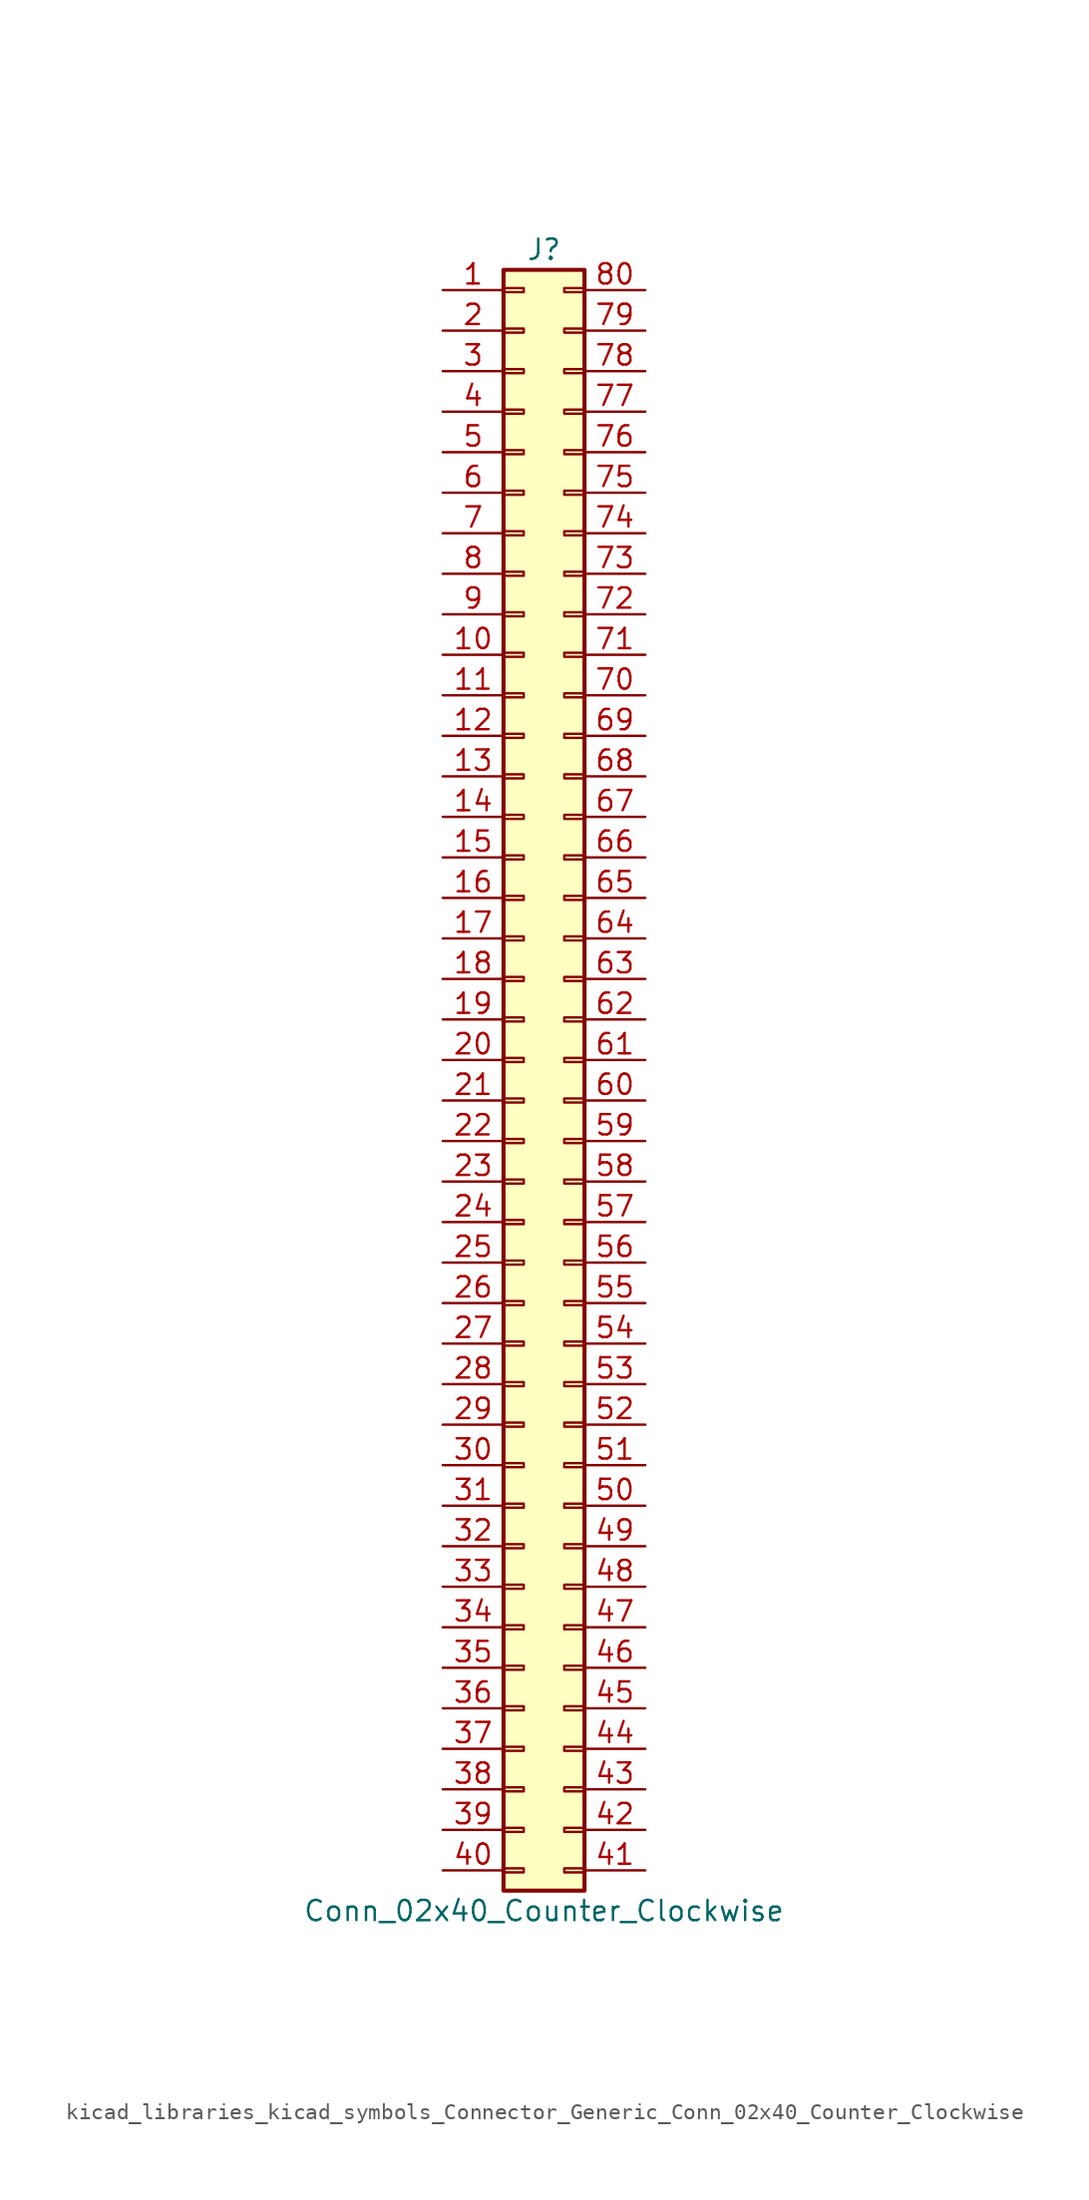
<source format=kicad_sym>
(kicad_symbol_lib
  (version 20220914)
  (generator kicad_symbol_editor)
  (symbol "kicad_libraries_kicad_symbols_Connector_Generic_Conn_02x40_Counter_Clockwise"
    (pin_names
      (offset 1.016) hide)
    (property "Reference" "J"
      (at 1.27 50.8 0)
      (effects (font (size 1.27 1.27))))
    (property "Value" "Conn_02x40_Counter_Clockwise"
      (at 1.27 -53.34 0)
      (effects (font (size 1.27 1.27))))
    (symbol "kicad_libraries_kicad_symbols_Connector_Generic_Conn_02x40_Counter_Clockwise_1_1"
      (rectangle (start -1.27 -50.673) (end 0 -50.927) (stroke (width 0.152) (type default)) (fill (type none)))
      (rectangle (start -1.27 -48.133) (end 0 -48.387) (stroke (width 0.152) (type default)) (fill (type none)))
      (rectangle (start -1.27 -45.593) (end 0 -45.847) (stroke (width 0.152) (type default)) (fill (type none)))
      (rectangle (start -1.27 -43.053) (end 0 -43.307) (stroke (width 0.152) (type default)) (fill (type none)))
      (rectangle (start -1.27 -40.513) (end 0 -40.767) (stroke (width 0.152) (type default)) (fill (type none)))
      (rectangle (start -1.27 -37.973) (end 0 -38.227) (stroke (width 0.152) (type default)) (fill (type none)))
      (rectangle (start -1.27 -35.433) (end 0 -35.687) (stroke (width 0.152) (type default)) (fill (type none)))
      (rectangle (start -1.27 -32.893) (end 0 -33.147) (stroke (width 0.152) (type default)) (fill (type none)))
      (rectangle (start -1.27 -30.353) (end 0 -30.607) (stroke (width 0.152) (type default)) (fill (type none)))
      (rectangle (start -1.27 -27.813) (end 0 -28.067) (stroke (width 0.152) (type default)) (fill (type none)))
      (rectangle (start -1.27 -25.273) (end 0 -25.527) (stroke (width 0.152) (type default)) (fill (type none)))
      (rectangle (start -1.27 -22.733) (end 0 -22.987) (stroke (width 0.152) (type default)) (fill (type none)))
      (rectangle (start -1.27 -20.193) (end 0 -20.447) (stroke (width 0.152) (type default)) (fill (type none)))
      (rectangle (start -1.27 -17.653) (end 0 -17.907) (stroke (width 0.152) (type default)) (fill (type none)))
      (rectangle (start -1.27 -15.113) (end 0 -15.367) (stroke (width 0.152) (type default)) (fill (type none)))
      (rectangle (start -1.27 -12.573) (end 0 -12.827) (stroke (width 0.152) (type default)) (fill (type none)))
      (rectangle (start -1.27 -10.033) (end 0 -10.287) (stroke (width 0.152) (type default)) (fill (type none)))
      (rectangle (start -1.27 -7.493) (end 0 -7.747) (stroke (width 0.152) (type default)) (fill (type none)))
      (rectangle (start -1.27 -4.953) (end 0 -5.207) (stroke (width 0.152) (type default)) (fill (type none)))
      (rectangle (start -1.27 -2.413) (end 0 -2.667) (stroke (width 0.152) (type default)) (fill (type none)))
      (rectangle (start -1.27 0.127) (end 0 -0.127) (stroke (width 0.152) (type default)) (fill (type none)))
      (rectangle (start -1.27 2.667) (end 0 2.413) (stroke (width 0.152) (type default)) (fill (type none)))
      (rectangle (start -1.27 5.207) (end 0 4.953) (stroke (width 0.152) (type default)) (fill (type none)))
      (rectangle (start -1.27 7.747) (end 0 7.493) (stroke (width 0.152) (type default)) (fill (type none)))
      (rectangle (start -1.27 10.287) (end 0 10.033) (stroke (width 0.152) (type default)) (fill (type none)))
      (rectangle (start -1.27 12.827) (end 0 12.573) (stroke (width 0.152) (type default)) (fill (type none)))
      (rectangle (start -1.27 15.367) (end 0 15.113) (stroke (width 0.152) (type default)) (fill (type none)))
      (rectangle (start -1.27 17.907) (end 0 17.653) (stroke (width 0.152) (type default)) (fill (type none)))
      (rectangle (start -1.27 20.447) (end 0 20.193) (stroke (width 0.152) (type default)) (fill (type none)))
      (rectangle (start -1.27 22.987) (end 0 22.733) (stroke (width 0.152) (type default)) (fill (type none)))
      (rectangle (start -1.27 25.527) (end 0 25.273) (stroke (width 0.152) (type default)) (fill (type none)))
      (rectangle (start -1.27 28.067) (end 0 27.813) (stroke (width 0.152) (type default)) (fill (type none)))
      (rectangle (start -1.27 30.607) (end 0 30.353) (stroke (width 0.152) (type default)) (fill (type none)))
      (rectangle (start -1.27 33.147) (end 0 32.893) (stroke (width 0.152) (type default)) (fill (type none)))
      (rectangle (start -1.27 35.687) (end 0 35.433) (stroke (width 0.152) (type default)) (fill (type none)))
      (rectangle (start -1.27 38.227) (end 0 37.973) (stroke (width 0.152) (type default)) (fill (type none)))
      (rectangle (start -1.27 40.767) (end 0 40.513) (stroke (width 0.152) (type default)) (fill (type none)))
      (rectangle (start -1.27 43.307) (end 0 43.053) (stroke (width 0.152) (type default)) (fill (type none)))
      (rectangle (start -1.27 45.847) (end 0 45.593) (stroke (width 0.152) (type default)) (fill (type none)))
      (rectangle (start -1.27 48.387) (end 0 48.133) (stroke (width 0.152) (type default)) (fill (type none)))
      (rectangle (start -1.27 49.53) (end 3.81 -52.07) (stroke (width 0.254) (type default)) (fill (type background)))
      (rectangle (start 3.81 -50.673) (end 2.54 -50.927) (stroke (width 0.152) (type default)) (fill (type none)))
      (rectangle (start 3.81 -48.133) (end 2.54 -48.387) (stroke (width 0.152) (type default)) (fill (type none)))
      (rectangle (start 3.81 -45.593) (end 2.54 -45.847) (stroke (width 0.152) (type default)) (fill (type none)))
      (rectangle (start 3.81 -43.053) (end 2.54 -43.307) (stroke (width 0.152) (type default)) (fill (type none)))
      (rectangle (start 3.81 -40.513) (end 2.54 -40.767) (stroke (width 0.152) (type default)) (fill (type none)))
      (rectangle (start 3.81 -37.973) (end 2.54 -38.227) (stroke (width 0.152) (type default)) (fill (type none)))
      (rectangle (start 3.81 -35.433) (end 2.54 -35.687) (stroke (width 0.152) (type default)) (fill (type none)))
      (rectangle (start 3.81 -32.893) (end 2.54 -33.147) (stroke (width 0.152) (type default)) (fill (type none)))
      (rectangle (start 3.81 -30.353) (end 2.54 -30.607) (stroke (width 0.152) (type default)) (fill (type none)))
      (rectangle (start 3.81 -27.813) (end 2.54 -28.067) (stroke (width 0.152) (type default)) (fill (type none)))
      (rectangle (start 3.81 -25.273) (end 2.54 -25.527) (stroke (width 0.152) (type default)) (fill (type none)))
      (rectangle (start 3.81 -22.733) (end 2.54 -22.987) (stroke (width 0.152) (type default)) (fill (type none)))
      (rectangle (start 3.81 -20.193) (end 2.54 -20.447) (stroke (width 0.152) (type default)) (fill (type none)))
      (rectangle (start 3.81 -17.653) (end 2.54 -17.907) (stroke (width 0.152) (type default)) (fill (type none)))
      (rectangle (start 3.81 -15.113) (end 2.54 -15.367) (stroke (width 0.152) (type default)) (fill (type none)))
      (rectangle (start 3.81 -12.573) (end 2.54 -12.827) (stroke (width 0.152) (type default)) (fill (type none)))
      (rectangle (start 3.81 -10.033) (end 2.54 -10.287) (stroke (width 0.152) (type default)) (fill (type none)))
      (rectangle (start 3.81 -7.493) (end 2.54 -7.747) (stroke (width 0.152) (type default)) (fill (type none)))
      (rectangle (start 3.81 -4.953) (end 2.54 -5.207) (stroke (width 0.152) (type default)) (fill (type none)))
      (rectangle (start 3.81 -2.413) (end 2.54 -2.667) (stroke (width 0.152) (type default)) (fill (type none)))
      (rectangle (start 3.81 0.127) (end 2.54 -0.127) (stroke (width 0.152) (type default)) (fill (type none)))
      (rectangle (start 3.81 2.667) (end 2.54 2.413) (stroke (width 0.152) (type default)) (fill (type none)))
      (rectangle (start 3.81 5.207) (end 2.54 4.953) (stroke (width 0.152) (type default)) (fill (type none)))
      (rectangle (start 3.81 7.747) (end 2.54 7.493) (stroke (width 0.152) (type default)) (fill (type none)))
      (rectangle (start 3.81 10.287) (end 2.54 10.033) (stroke (width 0.152) (type default)) (fill (type none)))
      (rectangle (start 3.81 12.827) (end 2.54 12.573) (stroke (width 0.152) (type default)) (fill (type none)))
      (rectangle (start 3.81 15.367) (end 2.54 15.113) (stroke (width 0.152) (type default)) (fill (type none)))
      (rectangle (start 3.81 17.907) (end 2.54 17.653) (stroke (width 0.152) (type default)) (fill (type none)))
      (rectangle (start 3.81 20.447) (end 2.54 20.193) (stroke (width 0.152) (type default)) (fill (type none)))
      (rectangle (start 3.81 22.987) (end 2.54 22.733) (stroke (width 0.152) (type default)) (fill (type none)))
      (rectangle (start 3.81 25.527) (end 2.54 25.273) (stroke (width 0.152) (type default)) (fill (type none)))
      (rectangle (start 3.81 28.067) (end 2.54 27.813) (stroke (width 0.152) (type default)) (fill (type none)))
      (rectangle (start 3.81 30.607) (end 2.54 30.353) (stroke (width 0.152) (type default)) (fill (type none)))
      (rectangle (start 3.81 33.147) (end 2.54 32.893) (stroke (width 0.152) (type default)) (fill (type none)))
      (rectangle (start 3.81 35.687) (end 2.54 35.433) (stroke (width 0.152) (type default)) (fill (type none)))
      (rectangle (start 3.81 38.227) (end 2.54 37.973) (stroke (width 0.152) (type default)) (fill (type none)))
      (rectangle (start 3.81 40.767) (end 2.54 40.513) (stroke (width 0.152) (type default)) (fill (type none)))
      (rectangle (start 3.81 43.307) (end 2.54 43.053) (stroke (width 0.152) (type default)) (fill (type none)))
      (rectangle (start 3.81 45.847) (end 2.54 45.593) (stroke (width 0.152) (type default)) (fill (type none)))
      (rectangle (start 3.81 48.387) (end 2.54 48.133) (stroke (width 0.152) (type default)) (fill (type none)))
      (pin passive line (at -5.08 48.26 0) (length 3.81) (name "Pin_1" (effects (font (size 1.27 1.27)))) (number "1" (effects (font (size 1.27 1.27)))))
      (pin passive line (at -5.08 25.4 0) (length 3.81) (name "Pin_10" (effects (font (size 1.27 1.27)))) (number "10" (effects (font (size 1.27 1.27)))))
      (pin passive line (at -5.08 22.86 0) (length 3.81) (name "Pin_11" (effects (font (size 1.27 1.27)))) (number "11" (effects (font (size 1.27 1.27)))))
      (pin passive line (at -5.08 20.32 0) (length 3.81) (name "Pin_12" (effects (font (size 1.27 1.27)))) (number "12" (effects (font (size 1.27 1.27)))))
      (pin passive line (at -5.08 17.78 0) (length 3.81) (name "Pin_13" (effects (font (size 1.27 1.27)))) (number "13" (effects (font (size 1.27 1.27)))))
      (pin passive line (at -5.08 15.24 0) (length 3.81) (name "Pin_14" (effects (font (size 1.27 1.27)))) (number "14" (effects (font (size 1.27 1.27)))))
      (pin passive line (at -5.08 12.7 0) (length 3.81) (name "Pin_15" (effects (font (size 1.27 1.27)))) (number "15" (effects (font (size 1.27 1.27)))))
      (pin passive line (at -5.08 10.16 0) (length 3.81) (name "Pin_16" (effects (font (size 1.27 1.27)))) (number "16" (effects (font (size 1.27 1.27)))))
      (pin passive line (at -5.08 7.62 0) (length 3.81) (name "Pin_17" (effects (font (size 1.27 1.27)))) (number "17" (effects (font (size 1.27 1.27)))))
      (pin passive line (at -5.08 5.08 0) (length 3.81) (name "Pin_18" (effects (font (size 1.27 1.27)))) (number "18" (effects (font (size 1.27 1.27)))))
      (pin passive line (at -5.08 2.54 0) (length 3.81) (name "Pin_19" (effects (font (size 1.27 1.27)))) (number "19" (effects (font (size 1.27 1.27)))))
      (pin passive line (at -5.08 45.72 0) (length 3.81) (name "Pin_2" (effects (font (size 1.27 1.27)))) (number "2" (effects (font (size 1.27 1.27)))))
      (pin passive line (at -5.08 0 0) (length 3.81) (name "Pin_20" (effects (font (size 1.27 1.27)))) (number "20" (effects (font (size 1.27 1.27)))))
      (pin passive line (at -5.08 -2.54 0) (length 3.81) (name "Pin_21" (effects (font (size 1.27 1.27)))) (number "21" (effects (font (size 1.27 1.27)))))
      (pin passive line (at -5.08 -5.08 0) (length 3.81) (name "Pin_22" (effects (font (size 1.27 1.27)))) (number "22" (effects (font (size 1.27 1.27)))))
      (pin passive line (at -5.08 -7.62 0) (length 3.81) (name "Pin_23" (effects (font (size 1.27 1.27)))) (number "23" (effects (font (size 1.27 1.27)))))
      (pin passive line (at -5.08 -10.16 0) (length 3.81) (name "Pin_24" (effects (font (size 1.27 1.27)))) (number "24" (effects (font (size 1.27 1.27)))))
      (pin passive line (at -5.08 -12.7 0) (length 3.81) (name "Pin_25" (effects (font (size 1.27 1.27)))) (number "25" (effects (font (size 1.27 1.27)))))
      (pin passive line (at -5.08 -15.24 0) (length 3.81) (name "Pin_26" (effects (font (size 1.27 1.27)))) (number "26" (effects (font (size 1.27 1.27)))))
      (pin passive line (at -5.08 -17.78 0) (length 3.81) (name "Pin_27" (effects (font (size 1.27 1.27)))) (number "27" (effects (font (size 1.27 1.27)))))
      (pin passive line (at -5.08 -20.32 0) (length 3.81) (name "Pin_28" (effects (font (size 1.27 1.27)))) (number "28" (effects (font (size 1.27 1.27)))))
      (pin passive line (at -5.08 -22.86 0) (length 3.81) (name "Pin_29" (effects (font (size 1.27 1.27)))) (number "29" (effects (font (size 1.27 1.27)))))
      (pin passive line (at -5.08 43.18 0) (length 3.81) (name "Pin_3" (effects (font (size 1.27 1.27)))) (number "3" (effects (font (size 1.27 1.27)))))
      (pin passive line (at -5.08 -25.4 0) (length 3.81) (name "Pin_30" (effects (font (size 1.27 1.27)))) (number "30" (effects (font (size 1.27 1.27)))))
      (pin passive line (at -5.08 -27.94 0) (length 3.81) (name "Pin_31" (effects (font (size 1.27 1.27)))) (number "31" (effects (font (size 1.27 1.27)))))
      (pin passive line (at -5.08 -30.48 0) (length 3.81) (name "Pin_32" (effects (font (size 1.27 1.27)))) (number "32" (effects (font (size 1.27 1.27)))))
      (pin passive line (at -5.08 -33.02 0) (length 3.81) (name "Pin_33" (effects (font (size 1.27 1.27)))) (number "33" (effects (font (size 1.27 1.27)))))
      (pin passive line (at -5.08 -35.56 0) (length 3.81) (name "Pin_34" (effects (font (size 1.27 1.27)))) (number "34" (effects (font (size 1.27 1.27)))))
      (pin passive line (at -5.08 -38.1 0) (length 3.81) (name "Pin_35" (effects (font (size 1.27 1.27)))) (number "35" (effects (font (size 1.27 1.27)))))
      (pin passive line (at -5.08 -40.64 0) (length 3.81) (name "Pin_36" (effects (font (size 1.27 1.27)))) (number "36" (effects (font (size 1.27 1.27)))))
      (pin passive line (at -5.08 -43.18 0) (length 3.81) (name "Pin_37" (effects (font (size 1.27 1.27)))) (number "37" (effects (font (size 1.27 1.27)))))
      (pin passive line (at -5.08 -45.72 0) (length 3.81) (name "Pin_38" (effects (font (size 1.27 1.27)))) (number "38" (effects (font (size 1.27 1.27)))))
      (pin passive line (at -5.08 -48.26 0) (length 3.81) (name "Pin_39" (effects (font (size 1.27 1.27)))) (number "39" (effects (font (size 1.27 1.27)))))
      (pin passive line (at -5.08 40.64 0) (length 3.81) (name "Pin_4" (effects (font (size 1.27 1.27)))) (number "4" (effects (font (size 1.27 1.27)))))
      (pin passive line (at -5.08 -50.8 0) (length 3.81) (name "Pin_40" (effects (font (size 1.27 1.27)))) (number "40" (effects (font (size 1.27 1.27)))))
      (pin passive line (at 7.62 -50.8 180) (length 3.81) (name "Pin_41" (effects (font (size 1.27 1.27)))) (number "41" (effects (font (size 1.27 1.27)))))
      (pin passive line (at 7.62 -48.26 180) (length 3.81) (name "Pin_42" (effects (font (size 1.27 1.27)))) (number "42" (effects (font (size 1.27 1.27)))))
      (pin passive line (at 7.62 -45.72 180) (length 3.81) (name "Pin_43" (effects (font (size 1.27 1.27)))) (number "43" (effects (font (size 1.27 1.27)))))
      (pin passive line (at 7.62 -43.18 180) (length 3.81) (name "Pin_44" (effects (font (size 1.27 1.27)))) (number "44" (effects (font (size 1.27 1.27)))))
      (pin passive line (at 7.62 -40.64 180) (length 3.81) (name "Pin_45" (effects (font (size 1.27 1.27)))) (number "45" (effects (font (size 1.27 1.27)))))
      (pin passive line (at 7.62 -38.1 180) (length 3.81) (name "Pin_46" (effects (font (size 1.27 1.27)))) (number "46" (effects (font (size 1.27 1.27)))))
      (pin passive line (at 7.62 -35.56 180) (length 3.81) (name "Pin_47" (effects (font (size 1.27 1.27)))) (number "47" (effects (font (size 1.27 1.27)))))
      (pin passive line (at 7.62 -33.02 180) (length 3.81) (name "Pin_48" (effects (font (size 1.27 1.27)))) (number "48" (effects (font (size 1.27 1.27)))))
      (pin passive line (at 7.62 -30.48 180) (length 3.81) (name "Pin_49" (effects (font (size 1.27 1.27)))) (number "49" (effects (font (size 1.27 1.27)))))
      (pin passive line (at -5.08 38.1 0) (length 3.81) (name "Pin_5" (effects (font (size 1.27 1.27)))) (number "5" (effects (font (size 1.27 1.27)))))
      (pin passive line (at 7.62 -27.94 180) (length 3.81) (name "Pin_50" (effects (font (size 1.27 1.27)))) (number "50" (effects (font (size 1.27 1.27)))))
      (pin passive line (at 7.62 -25.4 180) (length 3.81) (name "Pin_51" (effects (font (size 1.27 1.27)))) (number "51" (effects (font (size 1.27 1.27)))))
      (pin passive line (at 7.62 -22.86 180) (length 3.81) (name "Pin_52" (effects (font (size 1.27 1.27)))) (number "52" (effects (font (size 1.27 1.27)))))
      (pin passive line (at 7.62 -20.32 180) (length 3.81) (name "Pin_53" (effects (font (size 1.27 1.27)))) (number "53" (effects (font (size 1.27 1.27)))))
      (pin passive line (at 7.62 -17.78 180) (length 3.81) (name "Pin_54" (effects (font (size 1.27 1.27)))) (number "54" (effects (font (size 1.27 1.27)))))
      (pin passive line (at 7.62 -15.24 180) (length 3.81) (name "Pin_55" (effects (font (size 1.27 1.27)))) (number "55" (effects (font (size 1.27 1.27)))))
      (pin passive line (at 7.62 -12.7 180) (length 3.81) (name "Pin_56" (effects (font (size 1.27 1.27)))) (number "56" (effects (font (size 1.27 1.27)))))
      (pin passive line (at 7.62 -10.16 180) (length 3.81) (name "Pin_57" (effects (font (size 1.27 1.27)))) (number "57" (effects (font (size 1.27 1.27)))))
      (pin passive line (at 7.62 -7.62 180) (length 3.81) (name "Pin_58" (effects (font (size 1.27 1.27)))) (number "58" (effects (font (size 1.27 1.27)))))
      (pin passive line (at 7.62 -5.08 180) (length 3.81) (name "Pin_59" (effects (font (size 1.27 1.27)))) (number "59" (effects (font (size 1.27 1.27)))))
      (pin passive line (at -5.08 35.56 0) (length 3.81) (name "Pin_6" (effects (font (size 1.27 1.27)))) (number "6" (effects (font (size 1.27 1.27)))))
      (pin passive line (at 7.62 -2.54 180) (length 3.81) (name "Pin_60" (effects (font (size 1.27 1.27)))) (number "60" (effects (font (size 1.27 1.27)))))
      (pin passive line (at 7.62 0 180) (length 3.81) (name "Pin_61" (effects (font (size 1.27 1.27)))) (number "61" (effects (font (size 1.27 1.27)))))
      (pin passive line (at 7.62 2.54 180) (length 3.81) (name "Pin_62" (effects (font (size 1.27 1.27)))) (number "62" (effects (font (size 1.27 1.27)))))
      (pin passive line (at 7.62 5.08 180) (length 3.81) (name "Pin_63" (effects (font (size 1.27 1.27)))) (number "63" (effects (font (size 1.27 1.27)))))
      (pin passive line (at 7.62 7.62 180) (length 3.81) (name "Pin_64" (effects (font (size 1.27 1.27)))) (number "64" (effects (font (size 1.27 1.27)))))
      (pin passive line (at 7.62 10.16 180) (length 3.81) (name "Pin_65" (effects (font (size 1.27 1.27)))) (number "65" (effects (font (size 1.27 1.27)))))
      (pin passive line (at 7.62 12.7 180) (length 3.81) (name "Pin_66" (effects (font (size 1.27 1.27)))) (number "66" (effects (font (size 1.27 1.27)))))
      (pin passive line (at 7.62 15.24 180) (length 3.81) (name "Pin_67" (effects (font (size 1.27 1.27)))) (number "67" (effects (font (size 1.27 1.27)))))
      (pin passive line (at 7.62 17.78 180) (length 3.81) (name "Pin_68" (effects (font (size 1.27 1.27)))) (number "68" (effects (font (size 1.27 1.27)))))
      (pin passive line (at 7.62 20.32 180) (length 3.81) (name "Pin_69" (effects (font (size 1.27 1.27)))) (number "69" (effects (font (size 1.27 1.27)))))
      (pin passive line (at -5.08 33.02 0) (length 3.81) (name "Pin_7" (effects (font (size 1.27 1.27)))) (number "7" (effects (font (size 1.27 1.27)))))
      (pin passive line (at 7.62 22.86 180) (length 3.81) (name "Pin_70" (effects (font (size 1.27 1.27)))) (number "70" (effects (font (size 1.27 1.27)))))
      (pin passive line (at 7.62 25.4 180) (length 3.81) (name "Pin_71" (effects (font (size 1.27 1.27)))) (number "71" (effects (font (size 1.27 1.27)))))
      (pin passive line (at 7.62 27.94 180) (length 3.81) (name "Pin_72" (effects (font (size 1.27 1.27)))) (number "72" (effects (font (size 1.27 1.27)))))
      (pin passive line (at 7.62 30.48 180) (length 3.81) (name "Pin_73" (effects (font (size 1.27 1.27)))) (number "73" (effects (font (size 1.27 1.27)))))
      (pin passive line (at 7.62 33.02 180) (length 3.81) (name "Pin_74" (effects (font (size 1.27 1.27)))) (number "74" (effects (font (size 1.27 1.27)))))
      (pin passive line (at 7.62 35.56 180) (length 3.81) (name "Pin_75" (effects (font (size 1.27 1.27)))) (number "75" (effects (font (size 1.27 1.27)))))
      (pin passive line (at 7.62 38.1 180) (length 3.81) (name "Pin_76" (effects (font (size 1.27 1.27)))) (number "76" (effects (font (size 1.27 1.27)))))
      (pin passive line (at 7.62 40.64 180) (length 3.81) (name "Pin_77" (effects (font (size 1.27 1.27)))) (number "77" (effects (font (size 1.27 1.27)))))
      (pin passive line (at 7.62 43.18 180) (length 3.81) (name "Pin_78" (effects (font (size 1.27 1.27)))) (number "78" (effects (font (size 1.27 1.27)))))
      (pin passive line (at 7.62 45.72 180) (length 3.81) (name "Pin_79" (effects (font (size 1.27 1.27)))) (number "79" (effects (font (size 1.27 1.27)))))
      (pin passive line (at -5.08 30.48 0) (length 3.81) (name "Pin_8" (effects (font (size 1.27 1.27)))) (number "8" (effects (font (size 1.27 1.27)))))
      (pin passive line (at 7.62 48.26 180) (length 3.81) (name "Pin_80" (effects (font (size 1.27 1.27)))) (number "80" (effects (font (size 1.27 1.27)))))
      (pin passive line (at -5.08 27.94 0) (length 3.81) (name "Pin_9" (effects (font (size 1.27 1.27)))) (number "9" (effects (font (size 1.27 1.27))))))))
</source>
